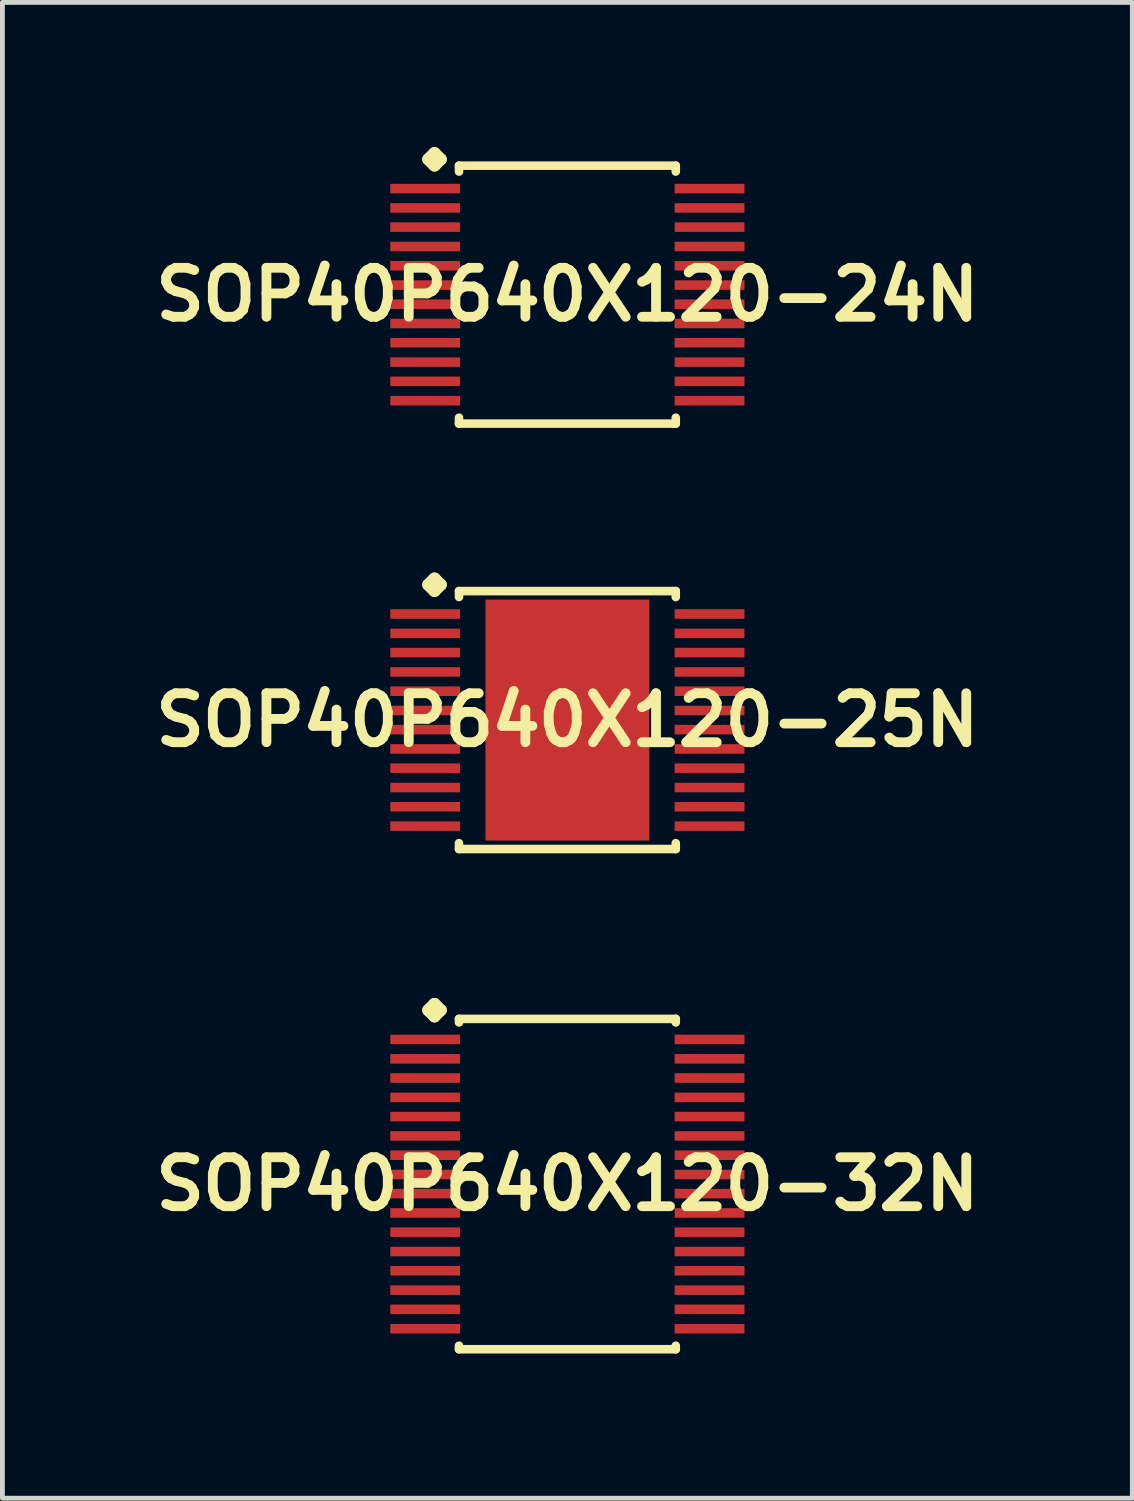
<source format=kicad_pcb>
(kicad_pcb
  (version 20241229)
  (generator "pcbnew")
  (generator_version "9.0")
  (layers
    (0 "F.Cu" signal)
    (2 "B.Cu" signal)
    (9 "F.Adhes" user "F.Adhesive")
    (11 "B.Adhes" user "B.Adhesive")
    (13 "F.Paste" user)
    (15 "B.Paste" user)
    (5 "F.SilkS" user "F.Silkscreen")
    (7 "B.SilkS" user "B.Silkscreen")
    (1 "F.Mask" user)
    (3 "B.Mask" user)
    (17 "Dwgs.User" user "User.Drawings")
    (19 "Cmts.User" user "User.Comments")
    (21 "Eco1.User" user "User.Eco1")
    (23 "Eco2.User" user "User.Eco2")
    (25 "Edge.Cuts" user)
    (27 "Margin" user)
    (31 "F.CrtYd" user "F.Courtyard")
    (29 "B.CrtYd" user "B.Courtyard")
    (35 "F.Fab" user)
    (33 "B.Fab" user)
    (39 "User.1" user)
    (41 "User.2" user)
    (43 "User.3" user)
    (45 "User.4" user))
  (footprint "SOP40P640X120-25N"
    (layer "F.Cu")
    (at 8.718 11.885)
    (property "Reference" "SOP40P640X120-25N" (at 0 0 0) (layer "F.SilkS") (effects (font (size 1.016 1.016) (thickness 0.203))))
    (attr smd)
    (fp_line (start -2.883 -2.807) (end -2.756 -2.934) (stroke (width 0.254) (type solid)) (layer "F.SilkS"))
    (fp_line (start -2.756 -2.934) (end -2.629 -2.807) (stroke (width 0.254) (type solid)) (layer "F.SilkS"))
    (fp_line (start -2.756 -2.68) (end -2.883 -2.807) (stroke (width 0.254) (type solid)) (layer "F.SilkS"))
    (fp_line (start -2.629 -2.807) (end -2.756 -2.68) (stroke (width 0.254) (type solid)) (layer "F.SilkS"))
    (fp_line (start -2.248 -2.675) (end 2.248 -2.675) (stroke (width 0.178) (type solid)) (layer "F.SilkS"))
    (fp_line (start -2.248 -2.553) (end -2.248 -2.675) (stroke (width 0.178) (type solid)) (layer "F.SilkS"))
    (fp_line (start -2.248 2.553) (end -2.248 2.675) (stroke (width 0.178) (type solid)) (layer "F.SilkS"))
    (fp_line (start -2.248 2.675) (end 2.248 2.675) (stroke (width 0.178) (type solid)) (layer "F.SilkS"))
    (fp_line (start 2.248 -2.675) (end 2.248 -2.553) (stroke (width 0.178) (type solid)) (layer "F.SilkS"))
    (fp_line (start 2.248 2.675) (end 2.248 2.553) (stroke (width 0.178) (type solid)) (layer "F.SilkS"))
    (pad "1" smd rect (at -2.949 -2.2) (size 1.448 0.198) (layers "F.Cu" "F.Mask" "F.Paste"))
    (pad "2" smd rect (at -2.949 -1.798) (size 1.448 0.198) (layers "F.Cu" "F.Mask" "F.Paste"))
    (pad "3" smd rect (at -2.949 -1.4) (size 1.448 0.198) (layers "F.Cu" "F.Mask" "F.Paste"))
    (pad "4" smd rect (at -2.949 -0.998) (size 1.448 0.198) (layers "F.Cu" "F.Mask" "F.Paste"))
    (pad "5" smd rect (at -2.949 -0.599) (size 1.448 0.198) (layers "F.Cu" "F.Mask" "F.Paste"))
    (pad "6" smd rect (at -2.949 -0.198) (size 1.448 0.198) (layers "F.Cu" "F.Mask" "F.Paste"))
    (pad "7" smd rect (at -2.949 0.198) (size 1.448 0.198) (layers "F.Cu" "F.Mask" "F.Paste"))
    (pad "8" smd rect (at -2.949 0.599) (size 1.448 0.198) (layers "F.Cu" "F.Mask" "F.Paste"))
    (pad "9" smd rect (at -2.949 0.998) (size 1.448 0.198) (layers "F.Cu" "F.Mask" "F.Paste"))
    (pad "10" smd rect (at -2.949 1.4) (size 1.448 0.198) (layers "F.Cu" "F.Mask" "F.Paste"))
    (pad "11" smd rect (at -2.949 1.798) (size 1.448 0.198) (layers "F.Cu" "F.Mask" "F.Paste"))
    (pad "12" smd rect (at -2.949 2.2) (size 1.448 0.198) (layers "F.Cu" "F.Mask" "F.Paste"))
    (pad "13" smd rect (at 2.949 2.2) (size 1.448 0.198) (layers "F.Cu" "F.Mask" "F.Paste"))
    (pad "14" smd rect (at 2.949 1.798) (size 1.448 0.198) (layers "F.Cu" "F.Mask" "F.Paste"))
    (pad "15" smd rect (at 2.949 1.4) (size 1.448 0.198) (layers "F.Cu" "F.Mask" "F.Paste"))
    (pad "16" smd rect (at 2.949 0.998) (size 1.448 0.198) (layers "F.Cu" "F.Mask" "F.Paste"))
    (pad "17" smd rect (at 2.949 0.599) (size 1.448 0.198) (layers "F.Cu" "F.Mask" "F.Paste"))
    (pad "18" smd rect (at 2.949 0.198) (size 1.448 0.198) (layers "F.Cu" "F.Mask" "F.Paste"))
    (pad "19" smd rect (at 2.949 -0.198) (size 1.448 0.198) (layers "F.Cu" "F.Mask" "F.Paste"))
    (pad "20" smd rect (at 2.949 -0.599) (size 1.448 0.198) (layers "F.Cu" "F.Mask" "F.Paste"))
    (pad "21" smd rect (at 2.949 -0.998) (size 1.448 0.198) (layers "F.Cu" "F.Mask" "F.Paste"))
    (pad "22" smd rect (at 2.949 -1.4) (size 1.448 0.198) (layers "F.Cu" "F.Mask" "F.Paste"))
    (pad "23" smd rect (at 2.949 -1.798) (size 1.448 0.198) (layers "F.Cu" "F.Mask" "F.Paste"))
    (pad "24" smd rect (at 2.949 -2.2) (size 1.448 0.198) (layers "F.Cu" "F.Mask" "F.Paste"))
    (pad "25" smd rect (at 0 0) (size 3.399 4.999) (layers "F.Cu" "F.Mask" "F.Paste")))
  (footprint "SOP40P640X120-24N"
    (layer "F.Cu")
    (at 8.718 3.061)
    (property "Reference" "SOP40P640X120-24N" (at 0 0 0) (layer "F.SilkS") (effects (font (size 1.016 1.016) (thickness 0.203))))
    (attr smd)
    (fp_line (start -2.883 -2.807) (end -2.756 -2.934) (stroke (width 0.254) (type solid)) (layer "F.SilkS"))
    (fp_line (start -2.756 -2.934) (end -2.629 -2.807) (stroke (width 0.254) (type solid)) (layer "F.SilkS"))
    (fp_line (start -2.756 -2.68) (end -2.883 -2.807) (stroke (width 0.254) (type solid)) (layer "F.SilkS"))
    (fp_line (start -2.629 -2.807) (end -2.756 -2.68) (stroke (width 0.254) (type solid)) (layer "F.SilkS"))
    (fp_line (start -2.248 -2.675) (end 2.248 -2.675) (stroke (width 0.178) (type solid)) (layer "F.SilkS"))
    (fp_line (start -2.248 -2.553) (end -2.248 -2.675) (stroke (width 0.178) (type solid)) (layer "F.SilkS"))
    (fp_line (start -2.248 2.553) (end -2.248 2.675) (stroke (width 0.178) (type solid)) (layer "F.SilkS"))
    (fp_line (start -2.248 2.675) (end 2.248 2.675) (stroke (width 0.178) (type solid)) (layer "F.SilkS"))
    (fp_line (start 2.248 -2.675) (end 2.248 -2.553) (stroke (width 0.178) (type solid)) (layer "F.SilkS"))
    (fp_line (start 2.248 2.675) (end 2.248 2.553) (stroke (width 0.178) (type solid)) (layer "F.SilkS"))
    (pad "1" smd rect (at -2.949 -2.2) (size 1.448 0.198) (layers "F.Cu" "F.Mask" "F.Paste"))
    (pad "2" smd rect (at -2.949 -1.798) (size 1.448 0.198) (layers "F.Cu" "F.Mask" "F.Paste"))
    (pad "3" smd rect (at -2.949 -1.4) (size 1.448 0.198) (layers "F.Cu" "F.Mask" "F.Paste"))
    (pad "4" smd rect (at -2.949 -0.998) (size 1.448 0.198) (layers "F.Cu" "F.Mask" "F.Paste"))
    (pad "5" smd rect (at -2.949 -0.599) (size 1.448 0.198) (layers "F.Cu" "F.Mask" "F.Paste"))
    (pad "6" smd rect (at -2.949 -0.198) (size 1.448 0.198) (layers "F.Cu" "F.Mask" "F.Paste"))
    (pad "7" smd rect (at -2.949 0.198) (size 1.448 0.198) (layers "F.Cu" "F.Mask" "F.Paste"))
    (pad "8" smd rect (at -2.949 0.599) (size 1.448 0.198) (layers "F.Cu" "F.Mask" "F.Paste"))
    (pad "9" smd rect (at -2.949 0.998) (size 1.448 0.198) (layers "F.Cu" "F.Mask" "F.Paste"))
    (pad "10" smd rect (at -2.949 1.4) (size 1.448 0.198) (layers "F.Cu" "F.Mask" "F.Paste"))
    (pad "11" smd rect (at -2.949 1.798) (size 1.448 0.198) (layers "F.Cu" "F.Mask" "F.Paste"))
    (pad "12" smd rect (at -2.949 2.2) (size 1.448 0.198) (layers "F.Cu" "F.Mask" "F.Paste"))
    (pad "13" smd rect (at 2.949 2.2) (size 1.448 0.198) (layers "F.Cu" "F.Mask" "F.Paste"))
    (pad "14" smd rect (at 2.949 1.798) (size 1.448 0.198) (layers "F.Cu" "F.Mask" "F.Paste"))
    (pad "15" smd rect (at 2.949 1.4) (size 1.448 0.198) (layers "F.Cu" "F.Mask" "F.Paste"))
    (pad "16" smd rect (at 2.949 0.998) (size 1.448 0.198) (layers "F.Cu" "F.Mask" "F.Paste"))
    (pad "17" smd rect (at 2.949 0.599) (size 1.448 0.198) (layers "F.Cu" "F.Mask" "F.Paste"))
    (pad "18" smd rect (at 2.949 0.198) (size 1.448 0.198) (layers "F.Cu" "F.Mask" "F.Paste"))
    (pad "19" smd rect (at 2.949 -0.198) (size 1.448 0.198) (layers "F.Cu" "F.Mask" "F.Paste"))
    (pad "20" smd rect (at 2.949 -0.599) (size 1.448 0.198) (layers "F.Cu" "F.Mask" "F.Paste"))
    (pad "21" smd rect (at 2.949 -0.998) (size 1.448 0.198) (layers "F.Cu" "F.Mask" "F.Paste"))
    (pad "22" smd rect (at 2.949 -1.4) (size 1.448 0.198) (layers "F.Cu" "F.Mask" "F.Paste"))
    (pad "23" smd rect (at 2.949 -1.798) (size 1.448 0.198) (layers "F.Cu" "F.Mask" "F.Paste"))
    (pad "24" smd rect (at 2.949 -2.2) (size 1.448 0.198) (layers "F.Cu" "F.Mask" "F.Paste")))
  (footprint "SOP40P640X120-32N"
    (layer "F.Cu")
    (at 8.718 21.509)
    (property "Reference" "SOP40P640X120-32N" (at 0 0 0) (layer "F.SilkS") (effects (font (size 1.016 1.016) (thickness 0.203))))
    (attr smd)
    (fp_line (start -2.883 -3.607) (end -2.756 -3.734) (stroke (width 0.254) (type solid)) (layer "F.SilkS"))
    (fp_line (start -2.756 -3.734) (end -2.629 -3.607) (stroke (width 0.254) (type solid)) (layer "F.SilkS"))
    (fp_line (start -2.756 -3.48) (end -2.883 -3.607) (stroke (width 0.254) (type solid)) (layer "F.SilkS"))
    (fp_line (start -2.629 -3.607) (end -2.756 -3.48) (stroke (width 0.254) (type solid)) (layer "F.SilkS"))
    (fp_line (start -2.248 -3.426) (end 2.248 -3.426) (stroke (width 0.178) (type solid)) (layer "F.SilkS"))
    (fp_line (start -2.248 -3.353) (end -2.248 -3.426) (stroke (width 0.178) (type solid)) (layer "F.SilkS"))
    (fp_line (start -2.248 3.353) (end -2.248 3.426) (stroke (width 0.178) (type solid)) (layer "F.SilkS"))
    (fp_line (start -2.248 3.426) (end 2.248 3.426) (stroke (width 0.178) (type solid)) (layer "F.SilkS"))
    (fp_line (start 2.248 -3.426) (end 2.248 -3.353) (stroke (width 0.178) (type solid)) (layer "F.SilkS"))
    (fp_line (start 2.248 3.426) (end 2.248 3.353) (stroke (width 0.178) (type solid)) (layer "F.SilkS"))
    (pad "1" smd rect (at -2.949 -3) (size 1.448 0.198) (layers "F.Cu" "F.Mask" "F.Paste"))
    (pad "2" smd rect (at -2.949 -2.598) (size 1.448 0.198) (layers "F.Cu" "F.Mask" "F.Paste"))
    (pad "3" smd rect (at -2.949 -2.2) (size 1.448 0.198) (layers "F.Cu" "F.Mask" "F.Paste"))
    (pad "4" smd rect (at -2.949 -1.798) (size 1.448 0.198) (layers "F.Cu" "F.Mask" "F.Paste"))
    (pad "5" smd rect (at -2.949 -1.4) (size 1.448 0.198) (layers "F.Cu" "F.Mask" "F.Paste"))
    (pad "6" smd rect (at -2.949 -0.998) (size 1.448 0.198) (layers "F.Cu" "F.Mask" "F.Paste"))
    (pad "7" smd rect (at -2.949 -0.599) (size 1.448 0.198) (layers "F.Cu" "F.Mask" "F.Paste"))
    (pad "8" smd rect (at -2.949 -0.198) (size 1.448 0.198) (layers "F.Cu" "F.Mask" "F.Paste"))
    (pad "9" smd rect (at -2.949 0.198) (size 1.448 0.198) (layers "F.Cu" "F.Mask" "F.Paste"))
    (pad "10" smd rect (at -2.949 0.599) (size 1.448 0.198) (layers "F.Cu" "F.Mask" "F.Paste"))
    (pad "11" smd rect (at -2.949 0.998) (size 1.448 0.198) (layers "F.Cu" "F.Mask" "F.Paste"))
    (pad "12" smd rect (at -2.949 1.4) (size 1.448 0.198) (layers "F.Cu" "F.Mask" "F.Paste"))
    (pad "13" smd rect (at -2.949 1.798) (size 1.448 0.198) (layers "F.Cu" "F.Mask" "F.Paste"))
    (pad "14" smd rect (at -2.949 2.2) (size 1.448 0.198) (layers "F.Cu" "F.Mask" "F.Paste"))
    (pad "15" smd rect (at -2.949 2.598) (size 1.448 0.198) (layers "F.Cu" "F.Mask" "F.Paste"))
    (pad "16" smd rect (at -2.949 3) (size 1.448 0.198) (layers "F.Cu" "F.Mask" "F.Paste"))
    (pad "17" smd rect (at 2.949 3) (size 1.448 0.198) (layers "F.Cu" "F.Mask" "F.Paste"))
    (pad "18" smd rect (at 2.949 2.598) (size 1.448 0.198) (layers "F.Cu" "F.Mask" "F.Paste"))
    (pad "19" smd rect (at 2.949 2.2) (size 1.448 0.198) (layers "F.Cu" "F.Mask" "F.Paste"))
    (pad "20" smd rect (at 2.949 1.798) (size 1.448 0.198) (layers "F.Cu" "F.Mask" "F.Paste"))
    (pad "21" smd rect (at 2.949 1.4) (size 1.448 0.198) (layers "F.Cu" "F.Mask" "F.Paste"))
    (pad "22" smd rect (at 2.949 0.998) (size 1.448 0.198) (layers "F.Cu" "F.Mask" "F.Paste"))
    (pad "23" smd rect (at 2.949 0.599) (size 1.448 0.198) (layers "F.Cu" "F.Mask" "F.Paste"))
    (pad "24" smd rect (at 2.949 0.198) (size 1.448 0.198) (layers "F.Cu" "F.Mask" "F.Paste"))
    (pad "25" smd rect (at 2.949 -0.198) (size 1.448 0.198) (layers "F.Cu" "F.Mask" "F.Paste"))
    (pad "26" smd rect (at 2.949 -0.599) (size 1.448 0.198) (layers "F.Cu" "F.Mask" "F.Paste"))
    (pad "27" smd rect (at 2.949 -0.998) (size 1.448 0.198) (layers "F.Cu" "F.Mask" "F.Paste"))
    (pad "28" smd rect (at 2.949 -1.4) (size 1.448 0.198) (layers "F.Cu" "F.Mask" "F.Paste"))
    (pad "29" smd rect (at 2.949 -1.798) (size 1.448 0.198) (layers "F.Cu" "F.Mask" "F.Paste"))
    (pad "30" smd rect (at 2.949 -2.2) (size 1.448 0.198) (layers "F.Cu" "F.Mask" "F.Paste"))
    (pad "31" smd rect (at 2.949 -2.598) (size 1.448 0.198) (layers "F.Cu" "F.Mask" "F.Paste"))
    (pad "32" smd rect (at 2.949 -3) (size 1.448 0.198) (layers "F.Cu" "F.Mask" "F.Paste")))
  (gr_rect
    (start -3 -3)
    (end 20.436 28.025)
    (stroke (width 0.1) (type default))
    (fill no)
    (layer "Edge.Cuts")))
</source>
